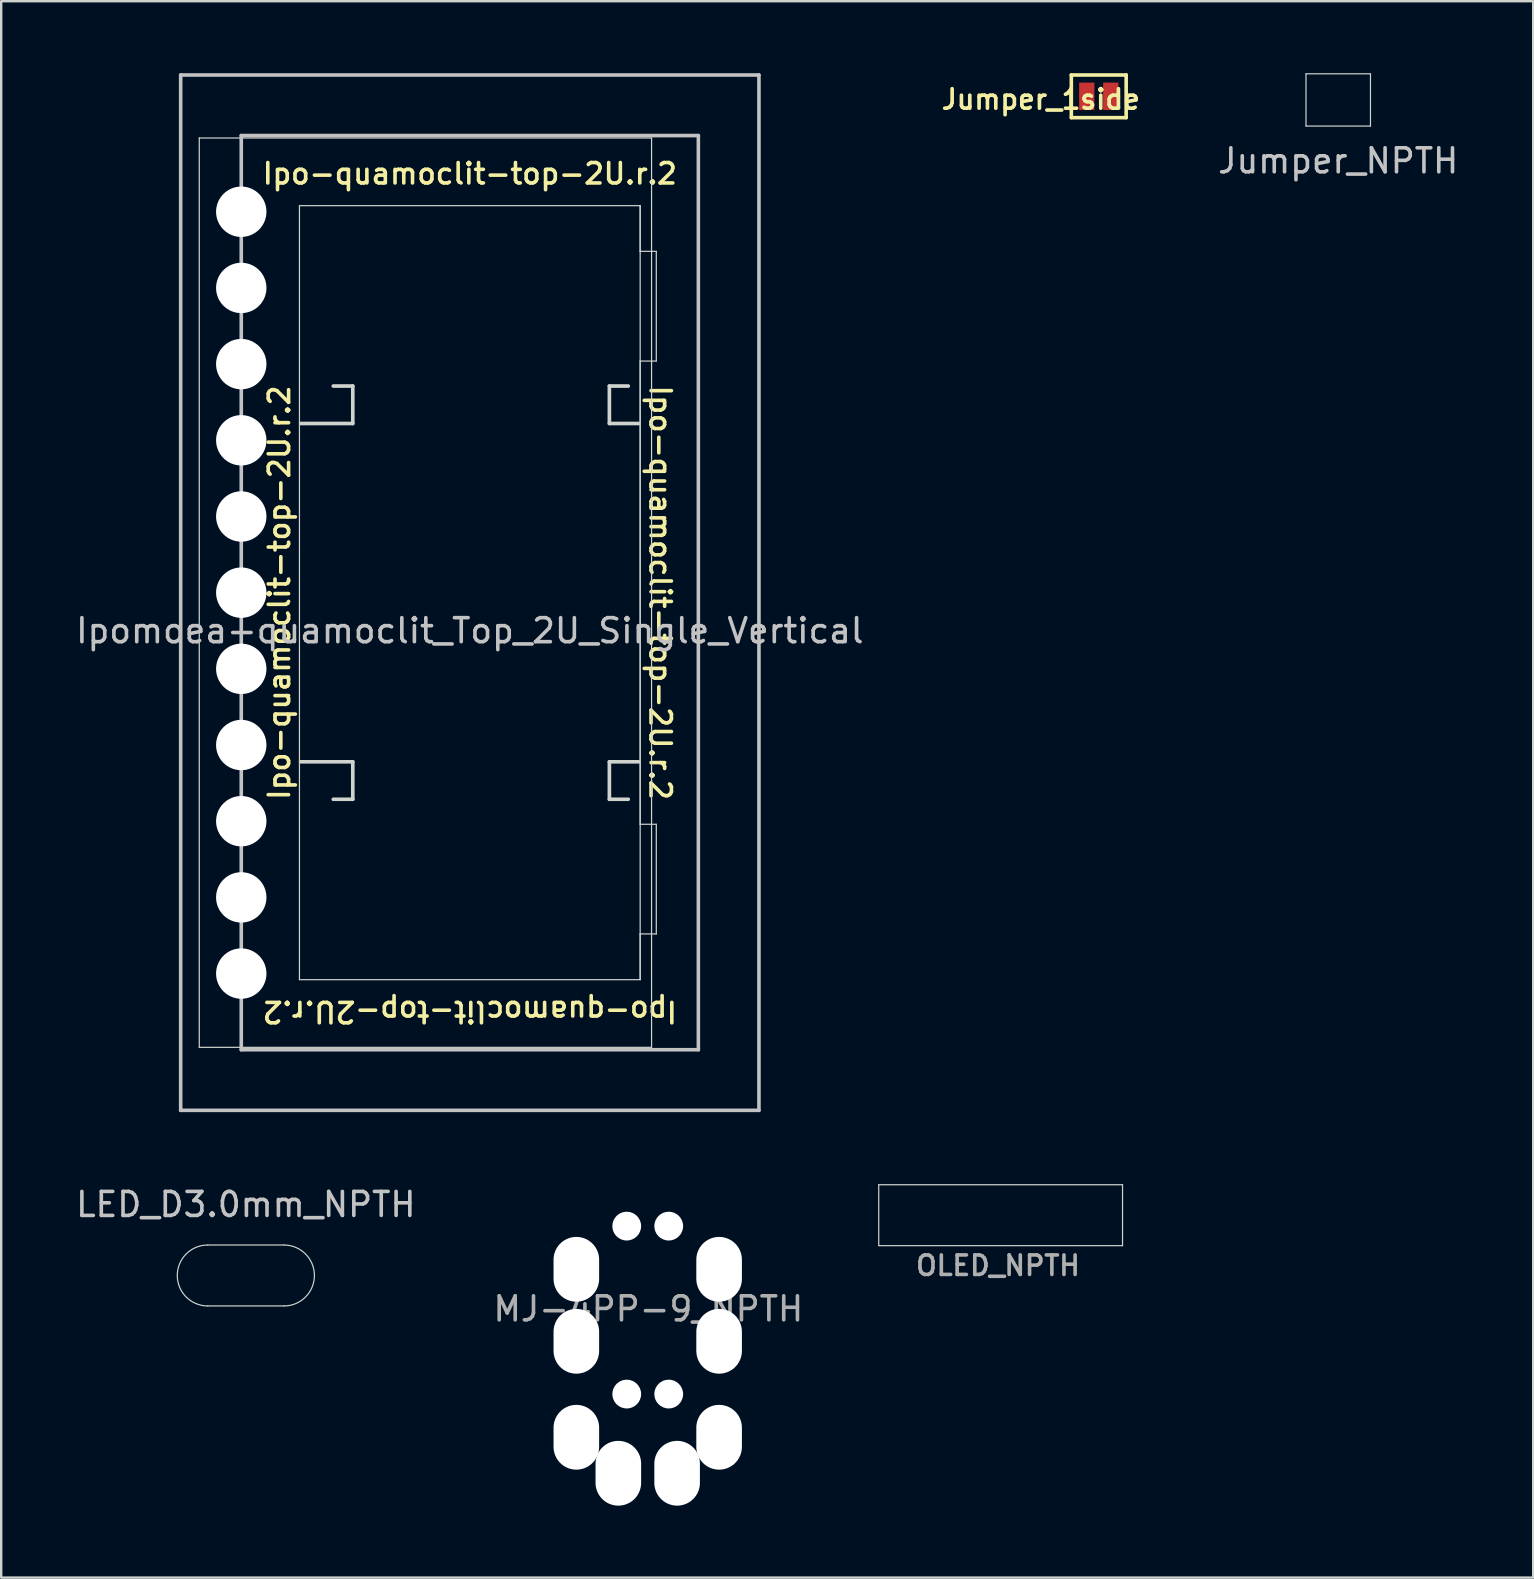
<source format=kicad_pcb>
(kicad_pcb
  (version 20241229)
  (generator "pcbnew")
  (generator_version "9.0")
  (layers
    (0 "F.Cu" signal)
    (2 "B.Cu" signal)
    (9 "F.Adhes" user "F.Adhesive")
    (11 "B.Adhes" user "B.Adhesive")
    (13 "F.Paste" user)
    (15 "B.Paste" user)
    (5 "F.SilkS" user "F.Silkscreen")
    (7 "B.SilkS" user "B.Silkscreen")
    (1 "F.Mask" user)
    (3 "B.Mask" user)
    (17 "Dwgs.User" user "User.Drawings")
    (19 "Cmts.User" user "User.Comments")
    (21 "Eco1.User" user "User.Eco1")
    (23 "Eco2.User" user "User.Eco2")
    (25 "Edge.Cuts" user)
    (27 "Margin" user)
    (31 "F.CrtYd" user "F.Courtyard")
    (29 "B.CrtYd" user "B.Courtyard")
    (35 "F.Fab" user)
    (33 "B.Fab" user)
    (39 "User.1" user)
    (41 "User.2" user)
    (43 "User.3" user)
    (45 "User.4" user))
  (footprint "MJ-4PP-9_NPTH"
    (layer "F.Cu")
    (at 23.945 46.55)
    (property "Reference" "MJ-4PP-9_NPTH" (at 0.025 4.95 0) (layer "F.Fab") (effects (font (size 1 1) (thickness 0.15))))
    (attr through_hole)
    (pad "" np_thru_hole oval (at -2.975 3.3) (size 1.9 2.7) (drill oval 1.9 2.7) (layers "*.Cu" "*.Mask"))
    (pad "" np_thru_hole oval (at -2.975 6.3) (size 1.9 2.7) (drill oval 1.9 2.7) (layers "*.Cu" "*.Mask"))
    (pad "" np_thru_hole oval (at -2.975 10.3) (size 1.9 2.7) (drill oval 1.9 2.7) (layers "*.Cu" "*.Mask"))
    (pad "" np_thru_hole oval (at -1.225 11.8) (size 1.9 2.7) (drill oval 1.9 2.7) (layers "*.Cu" "*.Mask"))
    (pad "" np_thru_hole circle (at -0.875 1.5) (size 1.2 1.2) (drill 1.2) (layers "*.Cu" "*.Mask"))
    (pad "" np_thru_hole circle (at -0.875 8.5) (size 1.2 1.2) (drill 1.2) (layers "*.Cu" "*.Mask"))
    (pad "" np_thru_hole circle (at 0.875 1.5) (size 1.2 1.2) (drill 1.2) (layers "*.Cu" "*.Mask"))
    (pad "" np_thru_hole circle (at 0.875 8.5) (size 1.2 1.2) (drill 1.2) (layers "*.Cu" "*.Mask"))
    (pad "" np_thru_hole oval (at 1.225 11.8) (size 1.9 2.7) (drill oval 1.9 2.7) (layers "*.Cu" "*.Mask"))
    (pad "" np_thru_hole oval (at 2.975 3.3) (size 1.9 2.7) (drill oval 1.9 2.7) (layers "*.Cu" "*.Mask"))
    (pad "" np_thru_hole oval (at 2.975 6.3) (size 1.9 2.7) (drill oval 1.9 2.7) (layers "*.Cu" "*.Mask"))
    (pad "" np_thru_hole oval (at 2.975 10.3) (size 1.9 2.7) (drill oval 1.9 2.7) (layers "*.Cu" "*.Mask")))
  (footprint "LED_D3.0mm_NPTH"
    (layer "F.Cu")
    (at 5.926 50.108)
    (property "Reference" "LED_D3.0mm_NPTH" (at 1.27 -2.96 0) (layer "Dwgs.User") (effects (font (size 1 1) (thickness 0.15))))
    (attr through_hole)
    (fp_line (start 2.857 -1.27) (end -0.318 -1.27) (stroke (width 0.05) (type solid)) (layer "Edge.Cuts"))
    (fp_line (start 2.857 1.27) (end -0.318 1.27) (stroke (width 0.05) (type solid)) (layer "Edge.Cuts"))
    (fp_arc (start -0.3175 1.27) (mid -1.5875 0) (end -0.3175 -1.27) (stroke (width 0.05) (type solid)) (layer "Edge.Cuts"))
    (fp_arc (start 2.8575 -1.27) (mid 4.1275 0) (end 2.8575 1.27) (stroke (width 0.05) (type solid)) (layer "Edge.Cuts")))
  (footprint "Jumper_1side"
    (layer "F.Cu")
    (at 42.742 0.964)
    (property "Reference" "Jumper_1side" (at -2.413 0.127 0) (layer "F.SilkS") (effects (font (size 0.813 0.813) (thickness 0.152))))
    (attr smd)
    (fp_line (start -1.143 -0.889) (end 1.143 -0.889) (stroke (width 0.15) (type solid)) (layer "F.SilkS"))
    (fp_line (start -1.143 0.889) (end -1.143 -0.889) (stroke (width 0.15) (type solid)) (layer "F.SilkS"))
    (fp_line (start 1.143 -0.889) (end 1.143 0.889) (stroke (width 0.15) (type solid)) (layer "F.SilkS"))
    (fp_line (start 1.143 0.889) (end -1.143 0.889) (stroke (width 0.15) (type solid)) (layer "F.SilkS"))
    (pad "1" smd rect (at -0.5 0) (size 0.635 1.143) (layers "F.Cu" "F.Mask" "F.Paste"))
    (pad "2" smd rect (at 0.5 0) (size 0.635 1.143) (layers "F.Cu" "F.Mask" "F.Paste")))
  (footprint "Jumper_NPTH"
    (layer "F.Cu")
    (at 52.723 1.114)
    (property "Reference" "Jumper_NPTH" (at 0 2.54 0) (layer "Dwgs.User") (effects (font (size 1 1) (thickness 0.15))))
    (attr through_hole)
    (fp_line (start -1.343 -1.089) (end 1.343 -1.089) (stroke (width 0.05) (type solid)) (layer "Edge.Cuts"))
    (fp_line (start -1.343 1.089) (end -1.343 -1.089) (stroke (width 0.05) (type solid)) (layer "Edge.Cuts"))
    (fp_line (start 1.343 -1.089) (end 1.343 1.089) (stroke (width 0.05) (type solid)) (layer "Edge.Cuts"))
    (fp_line (start 1.343 1.089) (end -1.343 1.089) (stroke (width 0.05) (type solid)) (layer "Edge.Cuts")))
  (footprint "OLED_NPTH"
    (layer "F.Cu")
    (at 38.653 47.595)
    (property "Reference" "OLED_NPTH" (at -0.11 2.1 180) (layer "F.Fab") (effects (font (size 0.813 0.813) (thickness 0.15))))
    (attr through_hole)
    (fp_line (start -5.08 1.27) (end -5.08 -1.27) (stroke (width 0.05) (type solid)) (layer "Edge.Cuts"))
    (fp_line (start 5.08 -1.27) (end -5.08 -1.27) (stroke (width 0.05) (type solid)) (layer "Edge.Cuts"))
    (fp_line (start 5.08 1.27) (end -5.08 1.27) (stroke (width 0.05) (type solid)) (layer "Edge.Cuts"))
    (fp_line (start 5.08 1.27) (end 5.08 -1.27) (stroke (width 0.05) (type solid)) (layer "Edge.Cuts")))
  (footprint "Ipomoea-quamoclit_Top_2U_Single_Vertical"
    (layer "F.Cu")
    (at 16.53 21.65)
    (property "Reference" "Ipomoea-quamoclit_Top_2U_Single_Vertical" (at 0 1.587 0) (layer "Dwgs.User") (effects (font (size 1 1) (thickness 0.15))))
    (attr through_hole)
    (fp_line (start -12.05 -21.575) (end 12.05 -21.575) (stroke (width 0.15) (type solid)) (layer "Dwgs.User"))
    (fp_line (start -12.05 21.575) (end -12.05 -21.575) (stroke (width 0.15) (type solid)) (layer "Dwgs.User"))
    (fp_line (start -9.525 -19.05) (end -9.525 19.05) (stroke (width 0.15) (type solid)) (layer "Dwgs.User"))
    (fp_line (start -9.525 19.05) (end 9.525 19.05) (stroke (width 0.15) (type solid)) (layer "Dwgs.User"))
    (fp_line (start 9.525 -19.05) (end -9.525 -19.05) (stroke (width 0.15) (type solid)) (layer "Dwgs.User"))
    (fp_line (start 9.525 19.05) (end 9.525 -19.05) (stroke (width 0.15) (type solid)) (layer "Dwgs.User"))
    (fp_line (start 12.05 -21.575) (end 12.05 21.575) (stroke (width 0.15) (type solid)) (layer "Dwgs.User"))
    (fp_line (start 12.05 21.575) (end -12.05 21.575) (stroke (width 0.15) (type solid)) (layer "Dwgs.User"))
    (fp_line (start -11.275 -18.95) (end -11.275 18.95) (stroke (width 0.05) (type solid)) (layer "Edge.Cuts"))
    (fp_line (start -11.275 -18.95) (end 7.575 -18.95) (stroke (width 0.05) (type solid)) (layer "Edge.Cuts"))
    (fp_line (start -7.1 16.129) (end -7.1 -16.129) (stroke (width 0.05) (type solid)) (layer "Edge.Cuts"))
    (fp_line (start -7.05 7.05) (end -4.877 7.05) (stroke (width 0.15) (type solid)) (layer "Edge.Cuts"))
    (fp_line (start -5.69 8.611) (end -4.877 8.611) (stroke (width 0.152) (type solid)) (layer "Edge.Cuts"))
    (fp_line (start -4.877 -8.611) (end -5.69 -8.611) (stroke (width 0.152) (type solid)) (layer "Edge.Cuts"))
    (fp_line (start -4.877 -7.05) (end -7.05 -7.05) (stroke (width 0.15) (type solid)) (layer "Edge.Cuts"))
    (fp_line (start -4.877 -7.05) (end -4.877 -8.611) (stroke (width 0.152) (type solid)) (layer "Edge.Cuts"))
    (fp_line (start -4.877 8.611) (end -4.877 7.05) (stroke (width 0.152) (type solid)) (layer "Edge.Cuts"))
    (fp_line (start 5.817 -8.611) (end 5.817 -7.05) (stroke (width 0.152) (type solid)) (layer "Edge.Cuts"))
    (fp_line (start 5.817 7.05) (end 5.817 8.611) (stroke (width 0.152) (type solid)) (layer "Edge.Cuts"))
    (fp_line (start 5.817 7.05) (end 7.05 7.05) (stroke (width 0.15) (type solid)) (layer "Edge.Cuts"))
    (fp_line (start 5.817 8.611) (end 6.604 8.611) (stroke (width 0.152) (type solid)) (layer "Edge.Cuts"))
    (fp_line (start 6.604 -8.611) (end 5.817 -8.611) (stroke (width 0.152) (type solid)) (layer "Edge.Cuts"))
    (fp_line (start 7.05 -7.05) (end 5.817 -7.05) (stroke (width 0.15) (type solid)) (layer "Edge.Cuts"))
    (fp_line (start 7.1 -16.129) (end -7.1 -16.129) (stroke (width 0.05) (type solid)) (layer "Edge.Cuts"))
    (fp_line (start 7.1 -14.224) (end 7.1 -16.129) (stroke (width 0.05) (type solid)) (layer "Edge.Cuts"))
    (fp_line (start 7.1 -14.224) (end 7.1 -16.129) (stroke (width 0.05) (type solid)) (layer "Edge.Cuts"))
    (fp_line (start 7.1 -14.224) (end 7.1 14.224) (stroke (width 0.05) (type solid)) (layer "Edge.Cuts"))
    (fp_line (start 7.1 -14.224) (end 7.772 -14.224) (stroke (width 0.05) (type solid)) (layer "Edge.Cuts"))
    (fp_line (start 7.1 -9.652) (end 7.1 9.652) (stroke (width 0.05) (type solid)) (layer "Edge.Cuts"))
    (fp_line (start 7.1 -9.652) (end 7.772 -9.652) (stroke (width 0.05) (type solid)) (layer "Edge.Cuts"))
    (fp_line (start 7.1 9.652) (end 7.772 9.652) (stroke (width 0.05) (type solid)) (layer "Edge.Cuts"))
    (fp_line (start 7.1 14.224) (end 7.1 16.129) (stroke (width 0.05) (type solid)) (layer "Edge.Cuts"))
    (fp_line (start 7.1 14.224) (end 7.1 16.129) (stroke (width 0.05) (type solid)) (layer "Edge.Cuts"))
    (fp_line (start 7.1 14.224) (end 7.772 14.224) (stroke (width 0.05) (type solid)) (layer "Edge.Cuts"))
    (fp_line (start 7.1 16.129) (end -7.1 16.129) (stroke (width 0.05) (type solid)) (layer "Edge.Cuts"))
    (fp_line (start 7.575 -18.95) (end 7.575 18.95) (stroke (width 0.05) (type solid)) (layer "Edge.Cuts"))
    (fp_line (start 7.575 18.95) (end -11.275 18.95) (stroke (width 0.05) (type solid)) (layer "Edge.Cuts"))
    (fp_line (start 7.772 -9.652) (end 7.772 -14.224) (stroke (width 0.05) (type solid)) (layer "Edge.Cuts"))
    (fp_line (start 7.772 9.652) (end 7.772 14.224) (stroke (width 0.05) (type solid)) (layer "Edge.Cuts"))
    (fp_text user "Ipo-quamoclit-top-2U.r.2" (at -7.938 0 90) (unlocked yes) (layer "F.SilkS") (effects (font (size 0.85 0.85) (thickness 0.15))))
    (fp_text user "Ipo-quamoclit-top-2U.r.2" (at 7.938 0 270) (unlocked yes) (layer "F.SilkS") (effects (font (size 0.85 0.85) (thickness 0.15))))
    (fp_text user "Ipo-quamoclit-top-2U.r.2" (at 0 17.462 180) (unlocked yes) (layer "F.SilkS") (effects (font (size 0.85 0.85) (thickness 0.15))))
    (fp_text user "Ipo-quamoclit-top-2U.r.2" (at 0 -17.462 0) (unlocked yes) (layer "F.SilkS") (effects (font (size 0.85 0.85) (thickness 0.15))))
    (pad "" np_thru_hole circle (at -9.525 -15.875 90) (size 2.1 2.1) (drill 2.1) (layers "*.Cu" "*.Mask"))
    (pad "" np_thru_hole circle (at -9.525 -12.7 90) (size 2.1 2.1) (drill 2.1) (layers "*.Cu" "*.Mask"))
    (pad "" np_thru_hole circle (at -9.525 -9.525 90) (size 2.1 2.1) (drill 2.1) (layers "*.Cu" "*.Mask"))
    (pad "" np_thru_hole circle (at -9.525 -6.35 90) (size 2.1 2.1) (drill 2.1) (layers "*.Cu" "*.Mask"))
    (pad "" np_thru_hole circle (at -9.525 -3.175 90) (size 2.1 2.1) (drill 2.1) (layers "*.Cu" "*.Mask"))
    (pad "" np_thru_hole circle (at -9.525 0 90) (size 2.1 2.1) (drill 2.1) (layers "*.Cu" "*.Mask"))
    (pad "" np_thru_hole circle (at -9.525 3.175 90) (size 2.1 2.1) (drill 2.1) (layers "*.Cu" "*.Mask"))
    (pad "" np_thru_hole circle (at -9.525 6.35 90) (size 2.1 2.1) (drill 2.1) (layers "*.Cu" "*.Mask"))
    (pad "" np_thru_hole circle (at -9.525 9.525 90) (size 2.1 2.1) (drill 2.1) (layers "*.Cu" "*.Mask"))
    (pad "" np_thru_hole circle (at -9.525 12.7 90) (size 2.1 2.1) (drill 2.1) (layers "*.Cu" "*.Mask"))
    (pad "" np_thru_hole circle (at -9.525 15.875 90) (size 2.1 2.1) (drill 2.1) (layers "*.Cu" "*.Mask")))
  (gr_rect
    (start -3 -3)
    (end 60.848 62.7)
    (stroke (width 0.1) (type default))
    (fill no)
    (layer "Edge.Cuts")))
</source>
